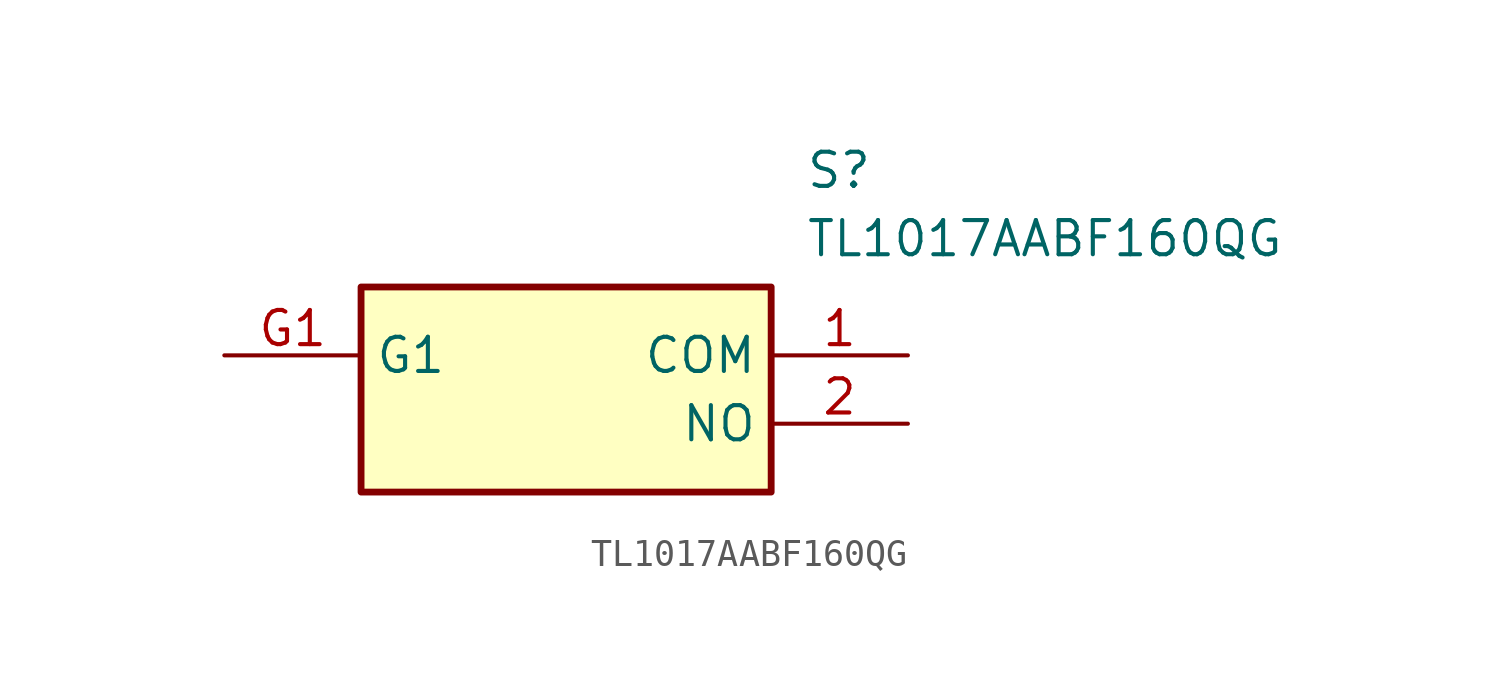
<source format=kicad_sym>
(kicad_symbol_lib
  (version 20211014)
  (generator SamacSys_ECAD_Model)
  (symbol "TL1017AABF160QG"
    (property "Reference" "S"
      (at 21.59 7.62 0)
      (effects (font (size 1.27 1.27)) (justify left top)))
    (property "Value" "TL1017AABF160QG"
      (at 21.59 5.08 0)
      (effects (font (size 1.27 1.27)) (justify left top)))
    (rectangle
      (start 5.08 2.54)
      (end 20.32 -5.08)
      (stroke (width 0.254) (type default))
      (fill (type background)))
    (pin passive line
      (at 25.4 0 180)
      (length 5.08)
      (name "COM" (effects (font (size 1.27 1.27))))
      (number "1" (effects (font (size 1.27 1.27)))))
    (pin passive line
      (at 25.4 -2.54 180)
      (length 5.08)
      (name "NO" (effects (font (size 1.27 1.27))))
      (number "2" (effects (font (size 1.27 1.27)))))
    (pin passive line
      (at 0 0 0)
      (length 5.08)
      (name "G1" (effects (font (size 1.27 1.27))))
      (number "G1" (effects (font (size 1.27 1.27)))))))
</source>
